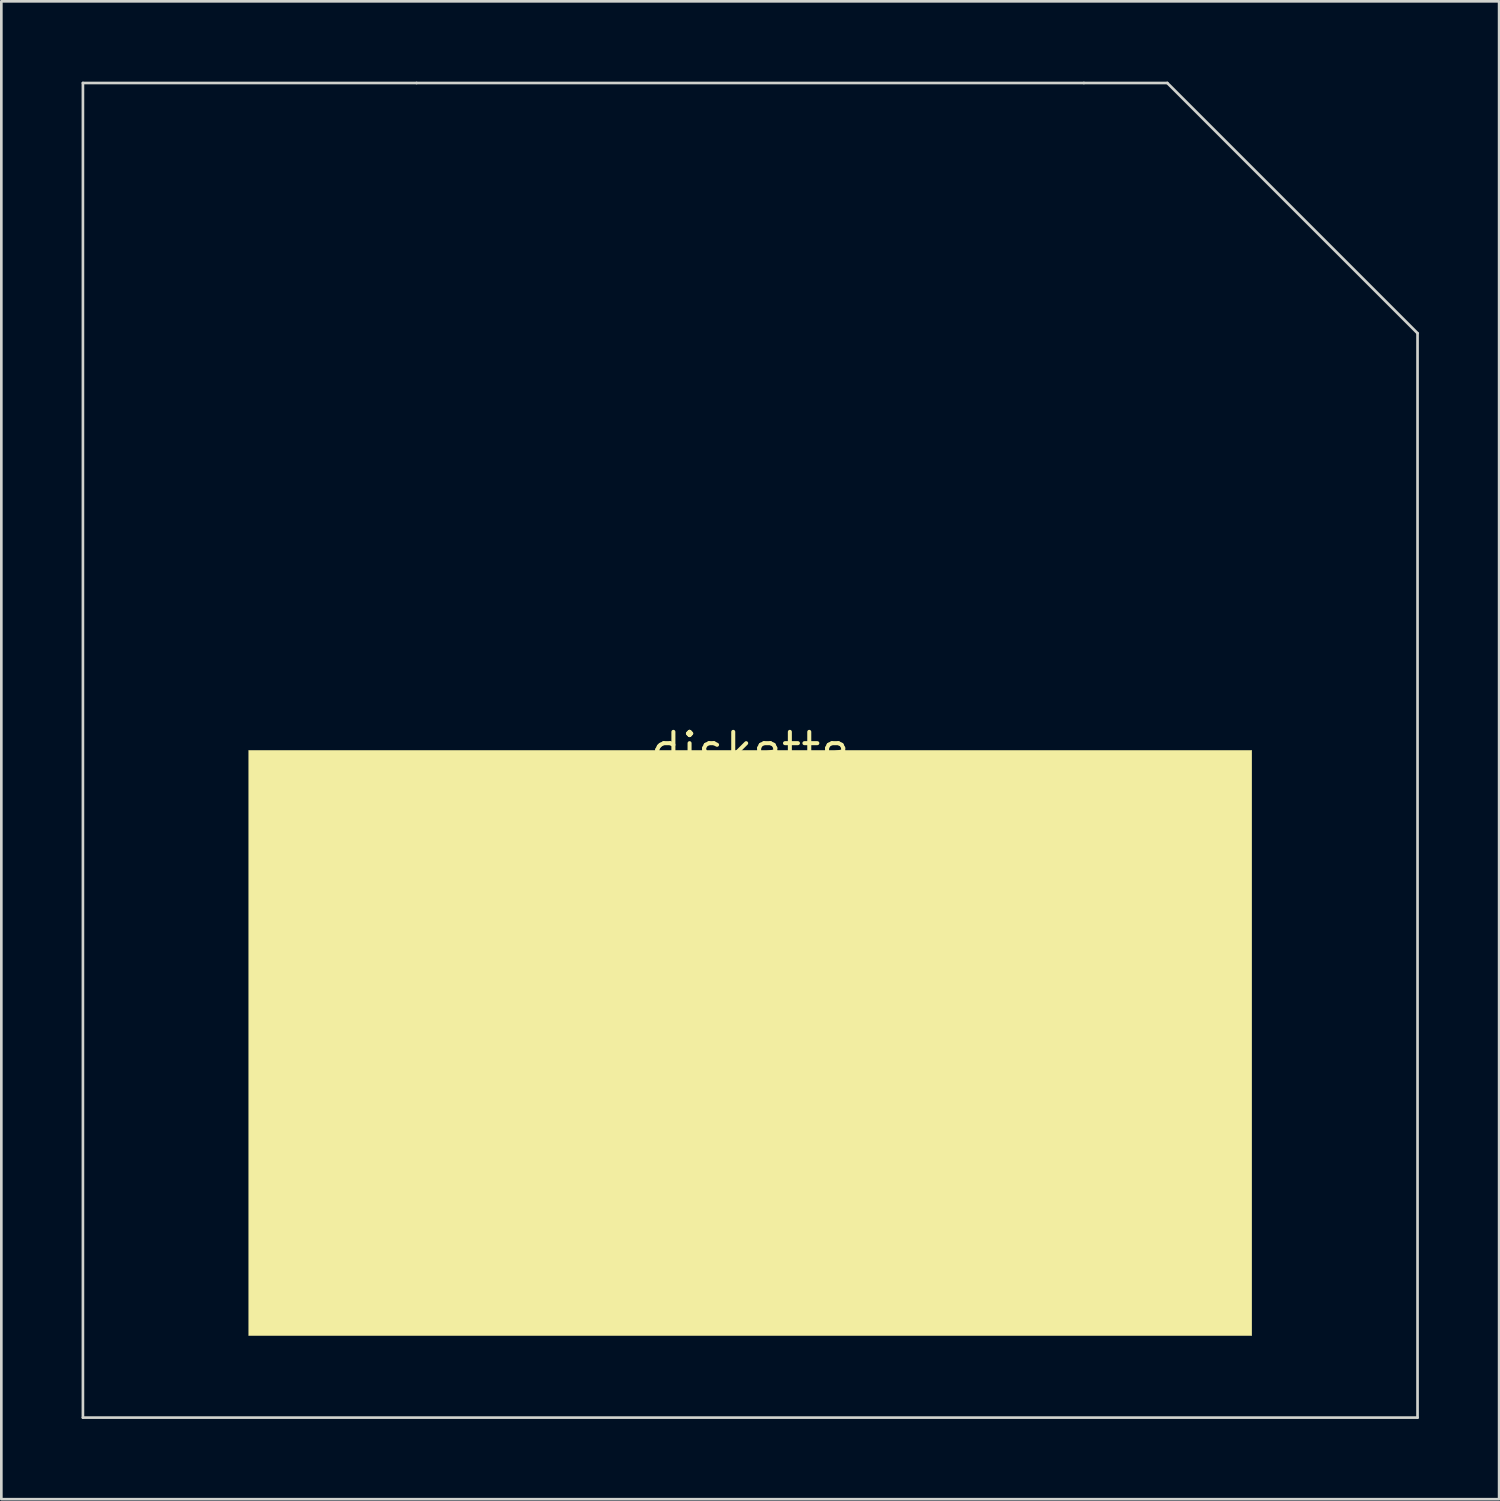
<source format=kicad_pcb>
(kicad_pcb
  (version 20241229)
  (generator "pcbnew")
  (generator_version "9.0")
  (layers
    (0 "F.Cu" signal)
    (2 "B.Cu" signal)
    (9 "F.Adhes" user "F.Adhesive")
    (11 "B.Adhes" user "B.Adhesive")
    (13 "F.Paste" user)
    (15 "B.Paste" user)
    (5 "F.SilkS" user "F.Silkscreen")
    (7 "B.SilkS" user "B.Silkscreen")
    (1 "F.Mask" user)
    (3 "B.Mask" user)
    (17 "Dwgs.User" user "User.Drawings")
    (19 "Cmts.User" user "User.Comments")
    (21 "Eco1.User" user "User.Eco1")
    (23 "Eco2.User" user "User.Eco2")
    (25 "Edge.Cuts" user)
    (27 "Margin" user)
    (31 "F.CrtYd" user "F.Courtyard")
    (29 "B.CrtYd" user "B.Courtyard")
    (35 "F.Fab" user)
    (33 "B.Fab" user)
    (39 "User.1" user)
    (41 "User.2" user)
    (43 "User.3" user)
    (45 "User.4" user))
  (footprint "diskette"
    (layer "F.Cu")
    (at 25 25.003)
    (property "Reference" "diskette" (at 0 0 0) (layer "F.SilkS") (effects (font (size 1.27 1.27) (thickness 0.15))))
    (attr through_hole)
    (fp_poly (pts (xy -20.489 23.516) (xy -23.516 23.516) (xy -23.516 20.489) (xy -20.489 20.489) (xy -20.489 23.516)) (stroke (width 0.01) (type solid)) (fill yes) (layer "F.Mask"))
    (fp_poly (pts (xy 12.509 -4.678) (xy -12.509 -4.678) (xy -12.509 -21.865) (xy 3.133 -21.865) (xy 3.133 -7.832) (xy 9.356 -7.832) (xy 9.356 -21.865) (xy 3.133 -21.865) (xy -12.509 -21.865) (xy -12.509 -24.998) (xy 12.509 -24.998) (xy 12.509 -4.678)) (stroke (width 0.01) (type solid)) (fill yes) (layer "F.Mask"))
    (fp_poly (pts (xy 18.754 21.886) (xy -18.754 21.886) (xy -18.754 0) (xy 18.754 0) (xy 18.754 21.886)) (stroke (width 0.01) (type solid)) (fill yes) (layer "F.SilkS"))
    (fp_line (start -24.95 -24.95) (end -24.95 24.95) (stroke (width 0.1) (type solid)) (layer "Edge.Cuts"))
    (fp_line (start -24.95 24.95) (end 24.95 24.95) (stroke (width 0.1) (type solid)) (layer "Edge.Cuts"))
    (fp_line (start -12.475 -24.95) (end -24.95 -24.95) (stroke (width 0.1) (type solid)) (layer "Edge.Cuts"))
    (fp_line (start 12.475 -24.95) (end -12.475 -24.95) (stroke (width 0.1) (type solid)) (layer "Edge.Cuts"))
    (fp_line (start 15.594 -24.95) (end 12.475 -24.95) (stroke (width 0.1) (type solid)) (layer "Edge.Cuts"))
    (fp_line (start 24.95 -15.594) (end 15.594 -24.95) (stroke (width 0.1) (type solid)) (layer "Edge.Cuts"))
    (fp_line (start 24.95 24.95) (end 24.95 -15.594) (stroke (width 0.1) (type solid)) (layer "Edge.Cuts")))
  (gr_rect
    (start -3 -3)
    (end 53 53.003)
    (stroke (width 0.1) (type default))
    (fill no)
    (layer "Edge.Cuts")))
</source>
